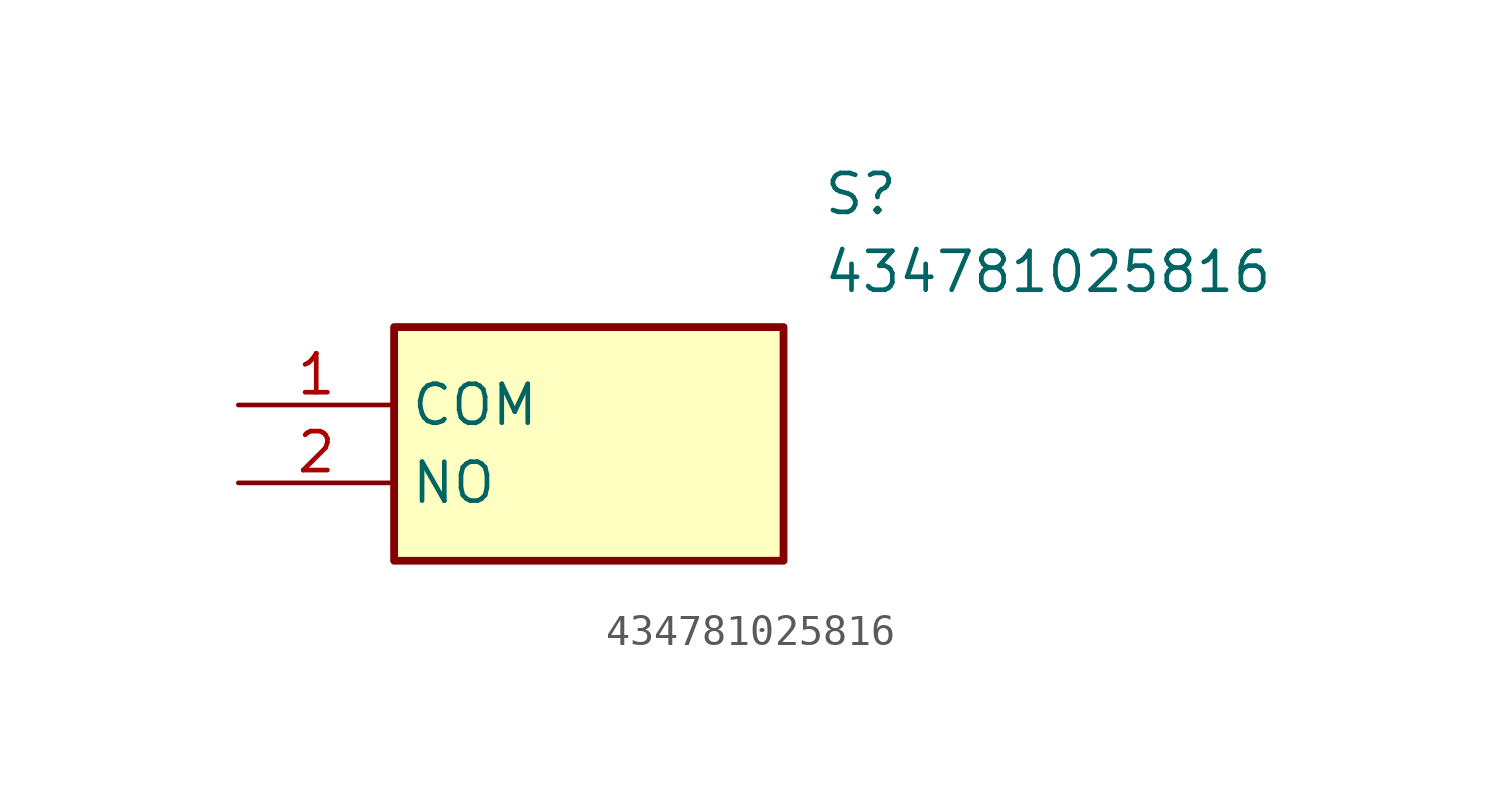
<source format=kicad_sym>
(kicad_symbol_lib
  (version 20211014)
  (generator SamacSys_ECAD_Model)
  (symbol "434781025816"
    (property "Reference" "S"
      (at 19.05 7.62 0)
      (effects (font (size 1.27 1.27)) (justify left top)))
    (property "Value" "434781025816"
      (at 19.05 5.08 0)
      (effects (font (size 1.27 1.27)) (justify left top)))
    (rectangle
      (start 5.08 2.54)
      (end 17.78 -5.08)
      (stroke (width 0.254) (type default))
      (fill (type background)))
    (pin passive line
      (at 0 0 0)
      (length 5.08)
      (name "COM" (effects (font (size 1.27 1.27))))
      (number "1" (effects (font (size 1.27 1.27)))))
    (pin passive line
      (at 0 -2.54 0)
      (length 5.08)
      (name "NO" (effects (font (size 1.27 1.27))))
      (number "2" (effects (font (size 1.27 1.27)))))))
</source>
